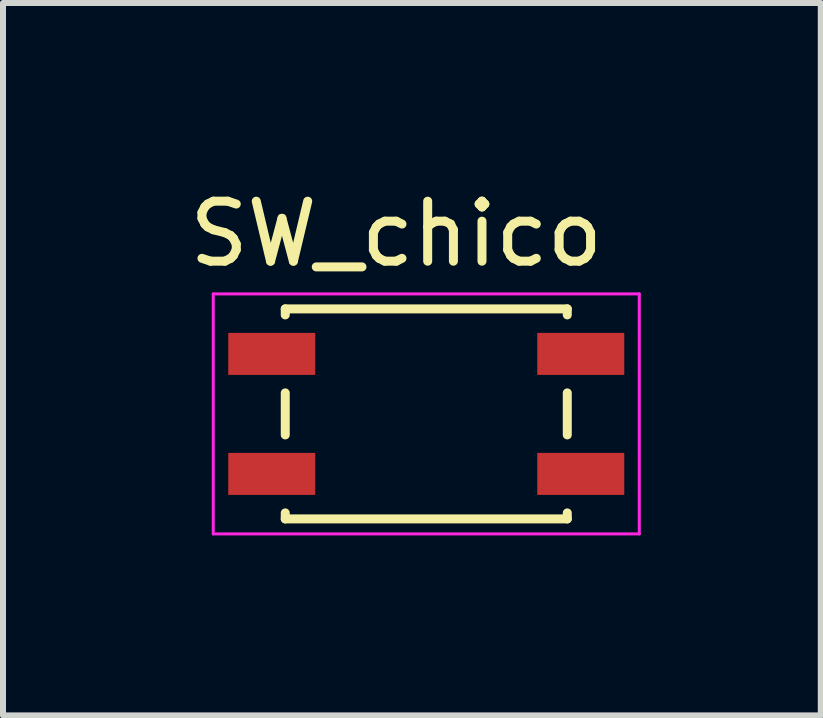
<source format=kicad_pcb>
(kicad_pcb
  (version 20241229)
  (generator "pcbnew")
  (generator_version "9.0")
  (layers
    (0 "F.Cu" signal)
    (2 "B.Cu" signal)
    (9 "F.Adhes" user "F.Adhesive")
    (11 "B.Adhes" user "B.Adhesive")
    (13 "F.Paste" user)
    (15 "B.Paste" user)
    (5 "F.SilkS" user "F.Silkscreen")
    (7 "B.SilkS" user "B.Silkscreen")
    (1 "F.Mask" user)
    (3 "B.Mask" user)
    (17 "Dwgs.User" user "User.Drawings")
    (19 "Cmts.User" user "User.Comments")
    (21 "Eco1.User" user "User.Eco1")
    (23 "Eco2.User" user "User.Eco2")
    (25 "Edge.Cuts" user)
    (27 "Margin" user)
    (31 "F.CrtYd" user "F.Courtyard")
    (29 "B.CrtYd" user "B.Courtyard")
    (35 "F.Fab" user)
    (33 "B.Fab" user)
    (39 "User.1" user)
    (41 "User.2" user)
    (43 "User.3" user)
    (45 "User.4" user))
  (footprint "SW_chico"
    (layer "F.Cu")
    (at 4.054 3.848)
    (property "Reference" "SW_chico" (at -0.5 -3 0) (layer "F.SilkS") (effects (font (size 1 1) (thickness 0.15))))
    (attr smd)
    (fp_line (start -2.35 -1.75) (end -2.35 -1.65) (stroke (width 0.15) (type solid)) (layer "F.SilkS"))
    (fp_line (start -2.35 -0.35) (end -2.35 0.35) (stroke (width 0.15) (type solid)) (layer "F.SilkS"))
    (fp_line (start -2.35 1.65) (end -2.35 1.75) (stroke (width 0.15) (type solid)) (layer "F.SilkS"))
    (fp_line (start -2.35 1.75) (end 2.35 1.75) (stroke (width 0.15) (type solid)) (layer "F.SilkS"))
    (fp_line (start 2.35 -1.75) (end -2.35 -1.75) (stroke (width 0.15) (type solid)) (layer "F.SilkS"))
    (fp_line (start 2.35 -1.75) (end 2.35 -1.65) (stroke (width 0.15) (type solid)) (layer "F.SilkS"))
    (fp_line (start 2.35 -0.35) (end 2.35 0.35) (stroke (width 0.15) (type solid)) (layer "F.SilkS"))
    (fp_line (start 2.35 1.75) (end 2.35 1.65) (stroke (width 0.15) (type solid)) (layer "F.SilkS"))
    (fp_line (start -3.55 -2) (end 3.55 -2) (stroke (width 0.05) (type solid)) (layer "F.CrtYd"))
    (fp_line (start -3.55 2) (end -3.55 -2) (stroke (width 0.05) (type solid)) (layer "F.CrtYd"))
    (fp_line (start 3.55 -2) (end 3.55 2) (stroke (width 0.05) (type solid)) (layer "F.CrtYd"))
    (fp_line (start 3.55 2) (end -3.55 2) (stroke (width 0.05) (type solid)) (layer "F.CrtYd"))
    (pad "1" smd rect (at -2.575 -1) (size 1.45 0.7) (layers "F.Cu" "F.Mask" "F.Paste"))
    (pad "1" smd rect (at 2.575 -1) (size 1.45 0.7) (layers "F.Cu" "F.Mask" "F.Paste"))
    (pad "2" smd rect (at -2.575 1) (size 1.45 0.7) (layers "F.Cu" "F.Mask" "F.Paste"))
    (pad "2" smd rect (at 2.575 1) (size 1.45 0.7) (layers "F.Cu" "F.Mask" "F.Paste")))
  (gr_rect
    (start -3 -3)
    (end 10.629 8.873)
    (stroke (width 0.1) (type default))
    (fill no)
    (layer "Edge.Cuts")))
</source>
